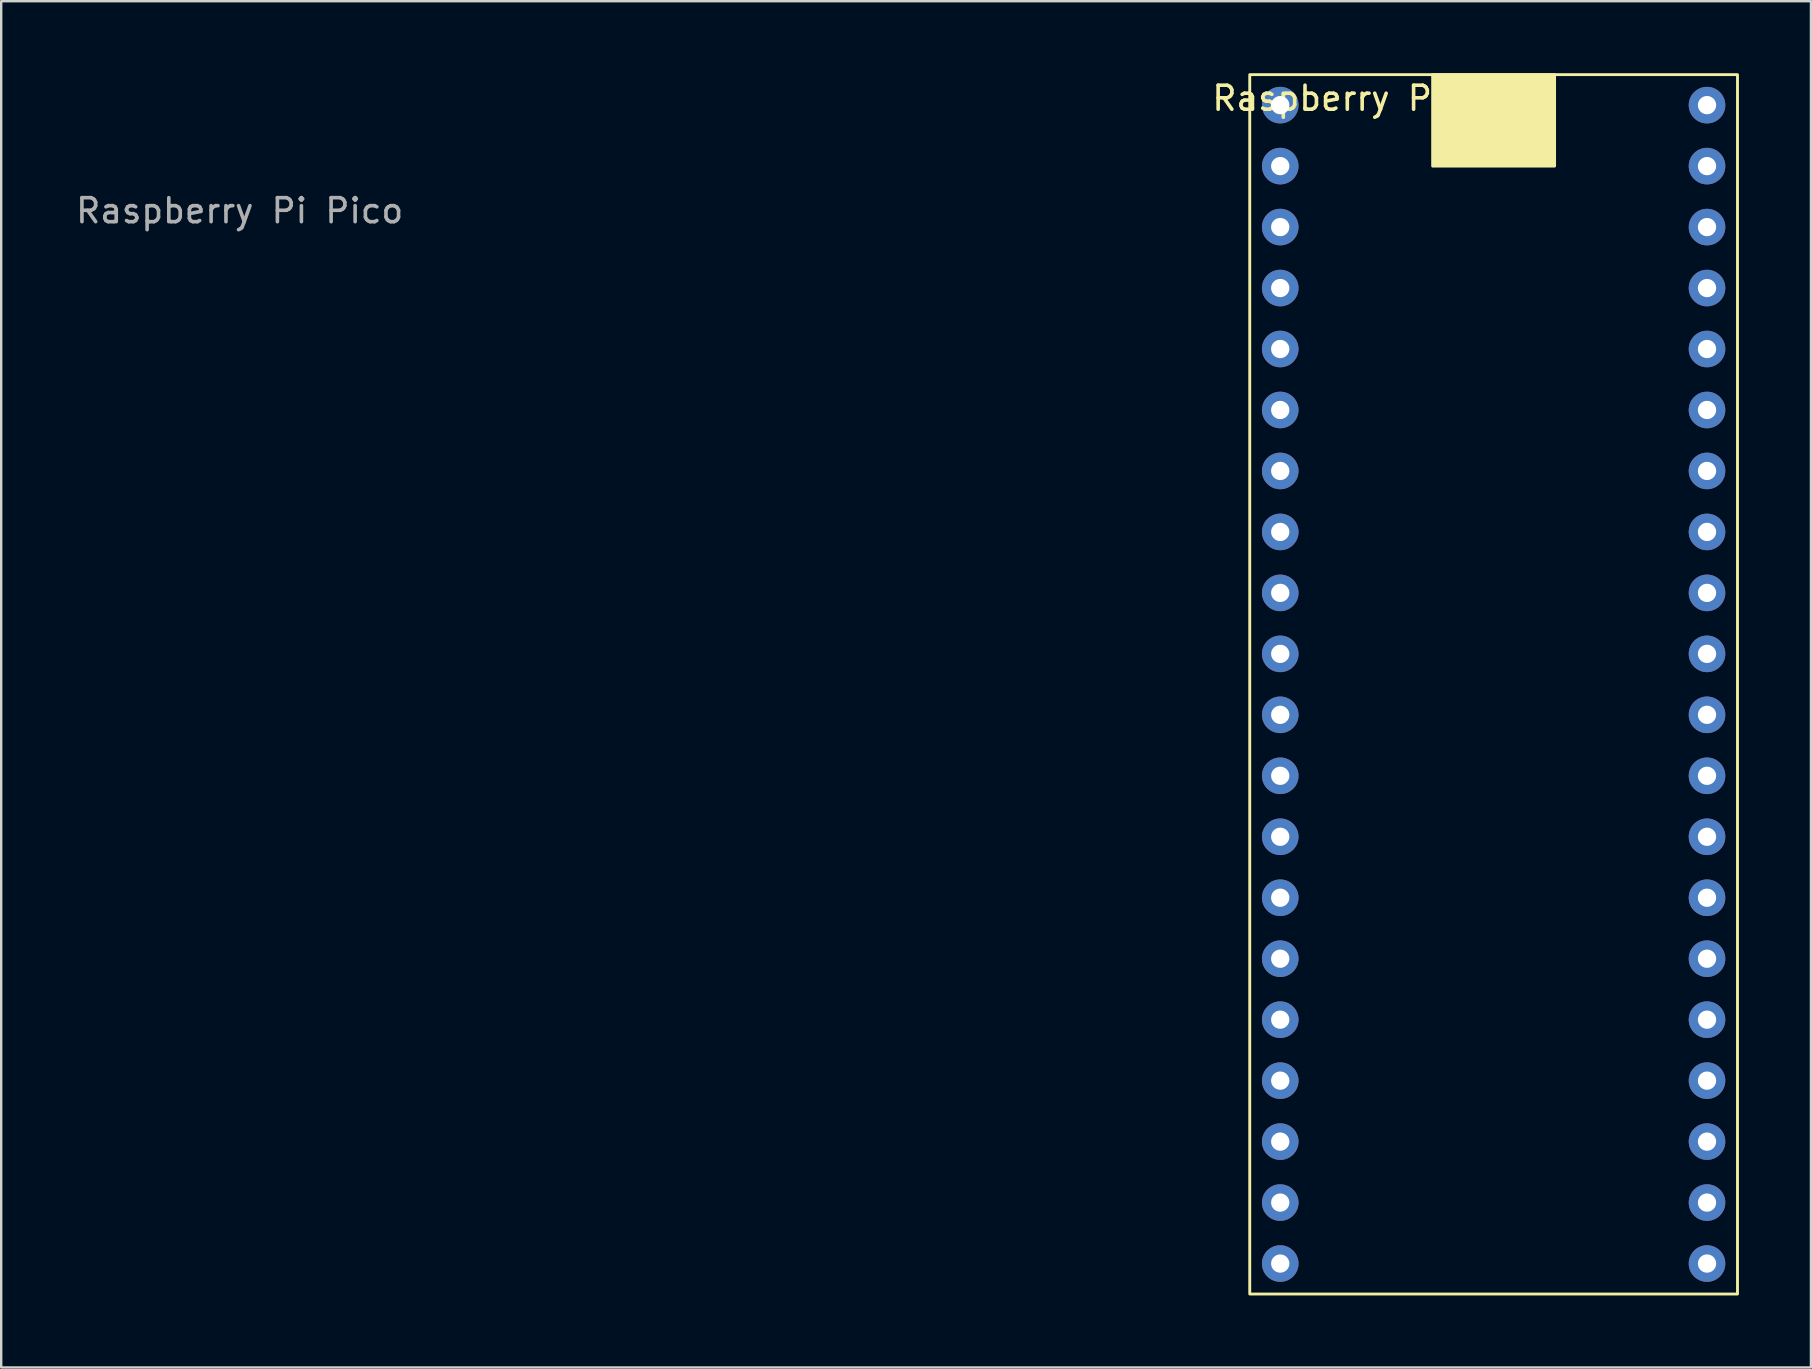
<source format=kicad_pcb>
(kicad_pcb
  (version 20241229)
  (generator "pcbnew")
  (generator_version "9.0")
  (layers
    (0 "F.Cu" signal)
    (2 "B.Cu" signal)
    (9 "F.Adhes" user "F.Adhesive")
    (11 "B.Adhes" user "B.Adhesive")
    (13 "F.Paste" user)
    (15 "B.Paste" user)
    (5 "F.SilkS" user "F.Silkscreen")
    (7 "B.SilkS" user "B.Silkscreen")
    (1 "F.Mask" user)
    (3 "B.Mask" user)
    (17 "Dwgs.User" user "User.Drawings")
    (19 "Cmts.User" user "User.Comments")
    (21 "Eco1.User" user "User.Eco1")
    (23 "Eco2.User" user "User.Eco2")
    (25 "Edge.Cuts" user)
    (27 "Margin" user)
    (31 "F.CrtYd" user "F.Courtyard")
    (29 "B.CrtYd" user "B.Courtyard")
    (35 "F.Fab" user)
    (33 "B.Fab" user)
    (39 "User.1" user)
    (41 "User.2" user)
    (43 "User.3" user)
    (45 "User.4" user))
  (footprint "Raspberry Pi Pico"
    (layer "F.Cu")
    (at 50.285 1.33)
    (property "Reference" "Raspberry Pi Pico" (at 3.985 -0.285 0) (unlocked yes) (layer "F.SilkS") (effects (font (size 1 1) (thickness 0.15))))
    (attr through_hole exclude_from_bom)
    (fp_rect (start -1.27 -1.27) (end 19.05 49.53) (stroke (width 0.12) (type solid)) (fill no) (layer "F.SilkS"))
    (fp_rect (start 6.35 -1.27) (end 11.43 2.54) (stroke (width 0.12) (type solid)) (fill yes) (layer "F.SilkS"))
    (fp_text user "${REFERENCE}" (at -43.35 4.4 0) (unlocked yes) (layer "F.Fab") (effects (font (size 1 1) (thickness 0.15))))
    (pad "1" thru_hole circle (at 0 0) (size 1.524 1.524) (drill 0.762) (layers "*.Cu" "*.Mask"))
    (pad "2" thru_hole circle (at 0 2.54) (size 1.524 1.524) (drill 0.762) (layers "*.Cu" "*.Mask"))
    (pad "3" thru_hole circle (at 0 5.08) (size 1.524 1.524) (drill 0.762) (layers "*.Cu" "*.Mask"))
    (pad "4" thru_hole circle (at 0 7.62) (size 1.524 1.524) (drill 0.762) (layers "*.Cu" "*.Mask"))
    (pad "5" thru_hole circle (at 0 10.16) (size 1.524 1.524) (drill 0.762) (layers "*.Cu" "*.Mask"))
    (pad "6" thru_hole circle (at 0 12.7) (size 1.524 1.524) (drill 0.762) (layers "*.Cu" "*.Mask"))
    (pad "7" thru_hole circle (at 0 15.24) (size 1.524 1.524) (drill 0.762) (layers "*.Cu" "*.Mask"))
    (pad "8" thru_hole circle (at 0 17.78) (size 1.524 1.524) (drill 0.762) (layers "*.Cu" "*.Mask"))
    (pad "9" thru_hole circle (at 0 20.32) (size 1.524 1.524) (drill 0.762) (layers "*.Cu" "*.Mask"))
    (pad "10" thru_hole circle (at 0 22.86) (size 1.524 1.524) (drill 0.762) (layers "*.Cu" "*.Mask"))
    (pad "11" thru_hole circle (at 0 25.4) (size 1.524 1.524) (drill 0.762) (layers "*.Cu" "*.Mask"))
    (pad "12" thru_hole circle (at 0 27.94) (size 1.524 1.524) (drill 0.762) (layers "*.Cu" "*.Mask"))
    (pad "13" thru_hole circle (at 0 30.48) (size 1.524 1.524) (drill 0.762) (layers "*.Cu" "*.Mask"))
    (pad "14" thru_hole circle (at 0 33.02) (size 1.524 1.524) (drill 0.762) (layers "*.Cu" "*.Mask"))
    (pad "15" thru_hole circle (at 0 35.56) (size 1.524 1.524) (drill 0.762) (layers "*.Cu" "*.Mask"))
    (pad "16" thru_hole circle (at 0 38.1) (size 1.524 1.524) (drill 0.762) (layers "*.Cu" "*.Mask"))
    (pad "17" thru_hole circle (at 0 40.64) (size 1.524 1.524) (drill 0.762) (layers "*.Cu" "*.Mask"))
    (pad "18" thru_hole circle (at 0 43.18) (size 1.524 1.524) (drill 0.762) (layers "*.Cu" "*.Mask"))
    (pad "19" thru_hole circle (at 0 45.72) (size 1.524 1.524) (drill 0.762) (layers "*.Cu" "*.Mask"))
    (pad "20" thru_hole circle (at 0 48.26) (size 1.524 1.524) (drill 0.762) (layers "*.Cu" "*.Mask"))
    (pad "21" thru_hole circle (at 17.78 48.26) (size 1.524 1.524) (drill 0.762) (layers "*.Cu" "*.Mask"))
    (pad "22" thru_hole circle (at 17.78 45.72) (size 1.524 1.524) (drill 0.762) (layers "*.Cu" "*.Mask"))
    (pad "23" thru_hole circle (at 17.78 43.18) (size 1.524 1.524) (drill 0.762) (layers "*.Cu" "*.Mask"))
    (pad "24" thru_hole circle (at 17.78 40.64) (size 1.524 1.524) (drill 0.762) (layers "*.Cu" "*.Mask"))
    (pad "25" thru_hole circle (at 17.78 38.1) (size 1.524 1.524) (drill 0.762) (layers "*.Cu" "*.Mask"))
    (pad "26" thru_hole circle (at 17.78 35.56) (size 1.524 1.524) (drill 0.762) (layers "*.Cu" "*.Mask"))
    (pad "27" thru_hole circle (at 17.78 33.02) (size 1.524 1.524) (drill 0.762) (layers "*.Cu" "*.Mask"))
    (pad "28" thru_hole circle (at 17.78 30.48) (size 1.524 1.524) (drill 0.762) (layers "*.Cu" "*.Mask"))
    (pad "29" thru_hole circle (at 17.78 27.94) (size 1.524 1.524) (drill 0.762) (layers "*.Cu" "*.Mask"))
    (pad "30" thru_hole circle (at 17.78 25.4) (size 1.524 1.524) (drill 0.762) (layers "*.Cu" "*.Mask"))
    (pad "31" thru_hole circle (at 17.78 22.86) (size 1.524 1.524) (drill 0.762) (layers "*.Cu" "*.Mask"))
    (pad "32" thru_hole circle (at 17.78 20.32) (size 1.524 1.524) (drill 0.762) (layers "*.Cu" "*.Mask"))
    (pad "33" thru_hole circle (at 17.78 17.78) (size 1.524 1.524) (drill 0.762) (layers "*.Cu" "*.Mask"))
    (pad "34" thru_hole circle (at 17.78 15.24) (size 1.524 1.524) (drill 0.762) (layers "*.Cu" "*.Mask"))
    (pad "35" thru_hole circle (at 17.78 12.7) (size 1.524 1.524) (drill 0.762) (layers "*.Cu" "*.Mask"))
    (pad "36" thru_hole circle (at 17.78 10.16) (size 1.524 1.524) (drill 0.762) (layers "*.Cu" "*.Mask"))
    (pad "37" thru_hole circle (at 17.78 7.62) (size 1.524 1.524) (drill 0.762) (layers "*.Cu" "*.Mask"))
    (pad "38" thru_hole circle (at 17.78 5.08) (size 1.524 1.524) (drill 0.762) (layers "*.Cu" "*.Mask"))
    (pad "39" thru_hole circle (at 17.78 2.54) (size 1.524 1.524) (drill 0.762) (layers "*.Cu" "*.Mask"))
    (pad "40" thru_hole circle (at 17.78 0) (size 1.524 1.524) (drill 0.762) (layers "*.Cu" "*.Mask")))
  (gr_rect
    (start -3 -3)
    (end 72.395 53.92)
    (stroke (width 0.1) (type default))
    (fill no)
    (layer "Edge.Cuts")))
</source>
